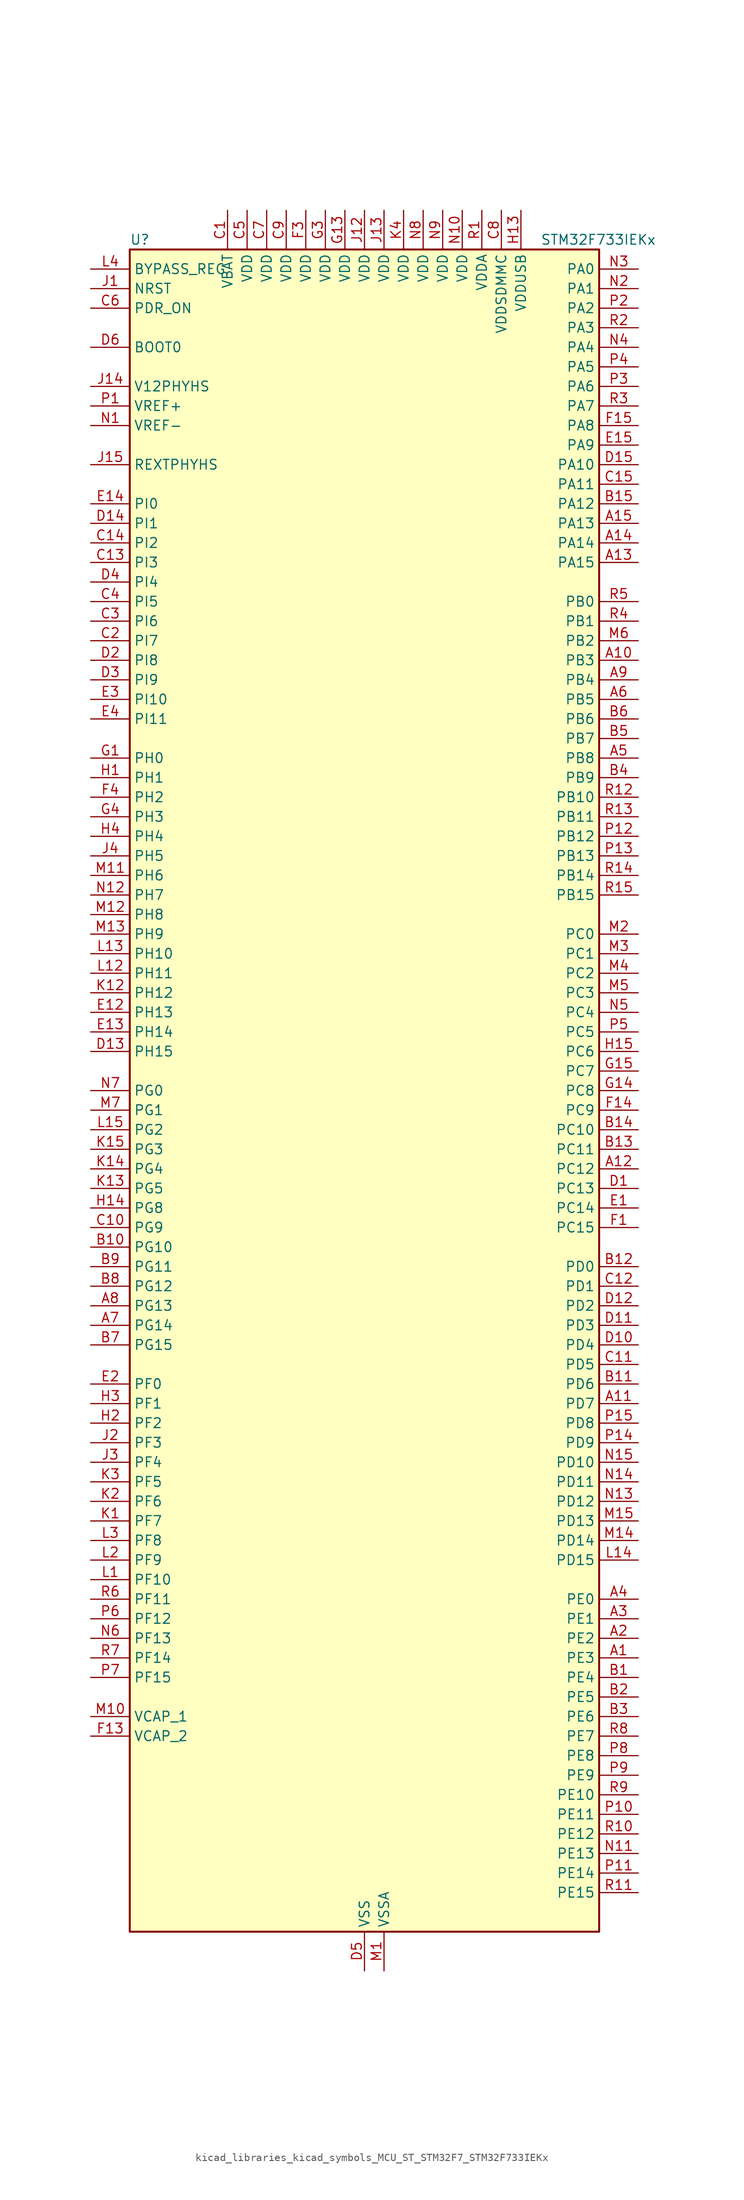
<source format=kicad_sym>
(kicad_symbol_lib
  (version 20220914)
  (generator kicad_symbol_editor)
  (symbol "kicad_libraries_kicad_symbols_MCU_ST_STM32F7_STM32F733IEKx"
    (property "Reference" "U"
      (at -30.48 110.49 0)
      (effects (font (size 1.27 1.27)) (justify left)))
    (property "Value" "STM32F733IEKx"
      (at 22.86 110.49 0)
      (effects (font (size 1.27 1.27)) (justify left)))
    (property "ki_locked" ""
      (at 0 0 0)
      (effects (font (size 1.27 1.27))))
    (symbol "kicad_libraries_kicad_symbols_MCU_ST_STM32F7_STM32F733IEKx_0_1"
      (rectangle (start -30.48 -109.22) (end 30.48 109.22) (stroke (width 0.254) (type default)) (fill (type background))))
    (symbol "kicad_libraries_kicad_symbols_MCU_ST_STM32F7_STM32F733IEKx_1_1"
      (pin bidirectional line (at 35.56 -73.66 180) (length 5.08) (name "PE3" (effects (font (size 1.27 1.27)))) (number "A1" (effects (font (size 1.27 1.27)))) (alternate "FMC_A19" bidirectional line) (alternate "SAI1_SD_B" bidirectional line) (alternate "SYS_TRACED0" bidirectional line))
      (pin bidirectional line (at 35.56 55.88 180) (length 5.08) (name "PB3" (effects (font (size 1.27 1.27)))) (number "A10" (effects (font (size 1.27 1.27)))) (alternate "I2S1_CK" bidirectional line) (alternate "I2S3_CK" bidirectional line) (alternate "SDMMC2_D2" bidirectional line) (alternate "SPI1_SCK" bidirectional line) (alternate "SPI3_SCK" bidirectional line) (alternate "SYS_JTDO-SWO" bidirectional line) (alternate "TIM2_CH2" bidirectional line))
      (pin bidirectional line (at 35.56 -40.64 180) (length 5.08) (name "PD7" (effects (font (size 1.27 1.27)))) (number "A11" (effects (font (size 1.27 1.27)))) (alternate "FMC_NE1" bidirectional line) (alternate "SDMMC2_CMD" bidirectional line) (alternate "USART2_CK" bidirectional line))
      (pin bidirectional line (at 35.56 -10.16 180) (length 5.08) (name "PC12" (effects (font (size 1.27 1.27)))) (number "A12" (effects (font (size 1.27 1.27)))) (alternate "I2S3_SD" bidirectional line) (alternate "SDMMC1_CK" bidirectional line) (alternate "SPI3_MOSI" bidirectional line) (alternate "SYS_TRACED3" bidirectional line) (alternate "UART5_TX" bidirectional line) (alternate "USART3_CK" bidirectional line))
      (pin bidirectional line (at 35.56 68.58 180) (length 5.08) (name "PA15" (effects (font (size 1.27 1.27)))) (number "A13" (effects (font (size 1.27 1.27)))) (alternate "I2S1_WS" bidirectional line) (alternate "I2S3_WS" bidirectional line) (alternate "SPI1_NSS" bidirectional line) (alternate "SPI3_NSS" bidirectional line) (alternate "SYS_JTDI" bidirectional line) (alternate "TIM2_CH1" bidirectional line) (alternate "TIM2_ETR" bidirectional line) (alternate "UART4_DE" bidirectional line) (alternate "UART4_RTS" bidirectional line))
      (pin bidirectional line (at 35.56 71.12 180) (length 5.08) (name "PA14" (effects (font (size 1.27 1.27)))) (number "A14" (effects (font (size 1.27 1.27)))) (alternate "SYS_JTCK-SWCLK" bidirectional line))
      (pin bidirectional line (at 35.56 73.66 180) (length 5.08) (name "PA13" (effects (font (size 1.27 1.27)))) (number "A15" (effects (font (size 1.27 1.27)))) (alternate "SYS_JTMS-SWDIO" bidirectional line))
      (pin bidirectional line (at 35.56 -71.12 180) (length 5.08) (name "PE2" (effects (font (size 1.27 1.27)))) (number "A2" (effects (font (size 1.27 1.27)))) (alternate "FMC_A23" bidirectional line) (alternate "QUADSPI_BK1_IO2" bidirectional line) (alternate "SAI1_MCLK_A" bidirectional line) (alternate "SPI4_SCK" bidirectional line) (alternate "SYS_TRACECLK" bidirectional line))
      (pin bidirectional line (at 35.56 -68.58 180) (length 5.08) (name "PE1" (effects (font (size 1.27 1.27)))) (number "A3" (effects (font (size 1.27 1.27)))) (alternate "FMC_NBL1" bidirectional line) (alternate "LPTIM1_IN2" bidirectional line) (alternate "UART8_TX" bidirectional line))
      (pin bidirectional line (at 35.56 -66.04 180) (length 5.08) (name "PE0" (effects (font (size 1.27 1.27)))) (number "A4" (effects (font (size 1.27 1.27)))) (alternate "FMC_NBL0" bidirectional line) (alternate "LPTIM1_ETR" bidirectional line) (alternate "SAI2_MCLK_A" bidirectional line) (alternate "TIM4_ETR" bidirectional line) (alternate "UART8_RX" bidirectional line))
      (pin bidirectional line (at 35.56 43.18 180) (length 5.08) (name "PB8" (effects (font (size 1.27 1.27)))) (number "A5" (effects (font (size 1.27 1.27)))) (alternate "CAN1_RX" bidirectional line) (alternate "I2C1_SCL" bidirectional line) (alternate "SDMMC1_D4" bidirectional line) (alternate "SDMMC2_D4" bidirectional line) (alternate "TIM10_CH1" bidirectional line) (alternate "TIM4_CH3" bidirectional line))
      (pin bidirectional line (at 35.56 50.8 180) (length 5.08) (name "PB5" (effects (font (size 1.27 1.27)))) (number "A6" (effects (font (size 1.27 1.27)))) (alternate "FMC_SDCKE1" bidirectional line) (alternate "I2C1_SMBA" bidirectional line) (alternate "I2S1_SD" bidirectional line) (alternate "I2S3_SD" bidirectional line) (alternate "SPI1_MOSI" bidirectional line) (alternate "SPI3_MOSI" bidirectional line) (alternate "TIM3_CH2" bidirectional line))
      (pin bidirectional line (at -35.56 -30.48 0) (length 5.08) (name "PG14" (effects (font (size 1.27 1.27)))) (number "A7" (effects (font (size 1.27 1.27)))) (alternate "FMC_A25" bidirectional line) (alternate "LPTIM1_ETR" bidirectional line) (alternate "QUADSPI_BK2_IO3" bidirectional line) (alternate "SYS_TRACED1" bidirectional line) (alternate "USART6_TX" bidirectional line))
      (pin bidirectional line (at -35.56 -27.94 0) (length 5.08) (name "PG13" (effects (font (size 1.27 1.27)))) (number "A8" (effects (font (size 1.27 1.27)))) (alternate "FMC_A24" bidirectional line) (alternate "LPTIM1_OUT" bidirectional line) (alternate "SYS_TRACED0" bidirectional line) (alternate "USART6_CTS" bidirectional line))
      (pin bidirectional line (at 35.56 53.34 180) (length 5.08) (name "PB4" (effects (font (size 1.27 1.27)))) (number "A9" (effects (font (size 1.27 1.27)))) (alternate "I2S2_WS" bidirectional line) (alternate "SDMMC2_D3" bidirectional line) (alternate "SPI1_MISO" bidirectional line) (alternate "SPI2_NSS" bidirectional line) (alternate "SPI3_MISO" bidirectional line) (alternate "SYS_JTRST" bidirectional line) (alternate "TIM3_CH1" bidirectional line))
      (pin bidirectional line (at 35.56 -76.2 180) (length 5.08) (name "PE4" (effects (font (size 1.27 1.27)))) (number "B1" (effects (font (size 1.27 1.27)))) (alternate "FMC_A20" bidirectional line) (alternate "SAI1_FS_A" bidirectional line) (alternate "SPI4_NSS" bidirectional line) (alternate "SYS_TRACED1" bidirectional line))
      (pin bidirectional line (at -35.56 -20.32 0) (length 5.08) (name "PG10" (effects (font (size 1.27 1.27)))) (number "B10" (effects (font (size 1.27 1.27)))) (alternate "FMC_NE3" bidirectional line) (alternate "SAI2_SD_B" bidirectional line) (alternate "SDMMC2_D1" bidirectional line))
      (pin bidirectional line (at 35.56 -38.1 180) (length 5.08) (name "PD6" (effects (font (size 1.27 1.27)))) (number "B11" (effects (font (size 1.27 1.27)))) (alternate "FMC_NWAIT" bidirectional line) (alternate "I2S3_SD" bidirectional line) (alternate "SAI1_SD_A" bidirectional line) (alternate "SDMMC2_CK" bidirectional line) (alternate "SPI3_MOSI" bidirectional line) (alternate "USART2_RX" bidirectional line))
      (pin bidirectional line (at 35.56 -22.86 180) (length 5.08) (name "PD0" (effects (font (size 1.27 1.27)))) (number "B12" (effects (font (size 1.27 1.27)))) (alternate "CAN1_RX" bidirectional line) (alternate "FMC_D2" bidirectional line) (alternate "FMC_DA2" bidirectional line))
      (pin bidirectional line (at 35.56 -7.62 180) (length 5.08) (name "PC11" (effects (font (size 1.27 1.27)))) (number "B13" (effects (font (size 1.27 1.27)))) (alternate "ADC1_EXTI11" bidirectional line) (alternate "ADC2_EXTI11" bidirectional line) (alternate "ADC3_EXTI11" bidirectional line) (alternate "QUADSPI_BK2_NCS" bidirectional line) (alternate "SDMMC1_D3" bidirectional line) (alternate "SPI3_MISO" bidirectional line) (alternate "UART4_RX" bidirectional line) (alternate "USART3_RX" bidirectional line))
      (pin bidirectional line (at 35.56 -5.08 180) (length 5.08) (name "PC10" (effects (font (size 1.27 1.27)))) (number "B14" (effects (font (size 1.27 1.27)))) (alternate "I2S3_CK" bidirectional line) (alternate "QUADSPI_BK1_IO1" bidirectional line) (alternate "SDMMC1_D2" bidirectional line) (alternate "SPI3_SCK" bidirectional line) (alternate "UART4_TX" bidirectional line) (alternate "USART3_TX" bidirectional line))
      (pin bidirectional line (at 35.56 76.2 180) (length 5.08) (name "PA12" (effects (font (size 1.27 1.27)))) (number "B15" (effects (font (size 1.27 1.27)))) (alternate "CAN1_TX" bidirectional line) (alternate "SAI2_FS_B" bidirectional line) (alternate "TIM1_ETR" bidirectional line) (alternate "USART1_DE" bidirectional line) (alternate "USART1_RTS" bidirectional line) (alternate "USB_OTG_FS_DP" bidirectional line))
      (pin bidirectional line (at 35.56 -78.74 180) (length 5.08) (name "PE5" (effects (font (size 1.27 1.27)))) (number "B2" (effects (font (size 1.27 1.27)))) (alternate "FMC_A21" bidirectional line) (alternate "SAI1_SCK_A" bidirectional line) (alternate "SPI4_MISO" bidirectional line) (alternate "SYS_TRACED2" bidirectional line) (alternate "TIM9_CH1" bidirectional line))
      (pin bidirectional line (at 35.56 -81.28 180) (length 5.08) (name "PE6" (effects (font (size 1.27 1.27)))) (number "B3" (effects (font (size 1.27 1.27)))) (alternate "FMC_A22" bidirectional line) (alternate "SAI1_SD_A" bidirectional line) (alternate "SAI2_MCLK_B" bidirectional line) (alternate "SPI4_MOSI" bidirectional line) (alternate "SYS_TRACED3" bidirectional line) (alternate "TIM1_BKIN2" bidirectional line) (alternate "TIM9_CH2" bidirectional line))
      (pin bidirectional line (at 35.56 40.64 180) (length 5.08) (name "PB9" (effects (font (size 1.27 1.27)))) (number "B4" (effects (font (size 1.27 1.27)))) (alternate "CAN1_TX" bidirectional line) (alternate "DAC_EXTI9" bidirectional line) (alternate "I2C1_SDA" bidirectional line) (alternate "I2S2_WS" bidirectional line) (alternate "SDMMC1_D5" bidirectional line) (alternate "SDMMC2_D5" bidirectional line) (alternate "SPI2_NSS" bidirectional line) (alternate "TIM11_CH1" bidirectional line) (alternate "TIM4_CH4" bidirectional line))
      (pin bidirectional line (at 35.56 45.72 180) (length 5.08) (name "PB7" (effects (font (size 1.27 1.27)))) (number "B5" (effects (font (size 1.27 1.27)))) (alternate "FMC_NL" bidirectional line) (alternate "I2C1_SDA" bidirectional line) (alternate "TIM4_CH2" bidirectional line) (alternate "USART1_RX" bidirectional line))
      (pin bidirectional line (at 35.56 48.26 180) (length 5.08) (name "PB6" (effects (font (size 1.27 1.27)))) (number "B6" (effects (font (size 1.27 1.27)))) (alternate "FMC_SDNE1" bidirectional line) (alternate "I2C1_SCL" bidirectional line) (alternate "QUADSPI_BK1_NCS" bidirectional line) (alternate "TIM4_CH1" bidirectional line) (alternate "USART1_TX" bidirectional line))
      (pin bidirectional line (at -35.56 -33.02 0) (length 5.08) (name "PG15" (effects (font (size 1.27 1.27)))) (number "B7" (effects (font (size 1.27 1.27)))) (alternate "FMC_SDNCAS" bidirectional line) (alternate "USART6_CTS" bidirectional line))
      (pin bidirectional line (at -35.56 -25.4 0) (length 5.08) (name "PG12" (effects (font (size 1.27 1.27)))) (number "B8" (effects (font (size 1.27 1.27)))) (alternate "FMC_NE4" bidirectional line) (alternate "LPTIM1_IN1" bidirectional line) (alternate "SDMMC2_D3" bidirectional line) (alternate "USART6_DE" bidirectional line) (alternate "USART6_RTS" bidirectional line))
      (pin bidirectional line (at -35.56 -22.86 0) (length 5.08) (name "PG11" (effects (font (size 1.27 1.27)))) (number "B9" (effects (font (size 1.27 1.27)))) (alternate "ADC1_EXTI11" bidirectional line) (alternate "ADC2_EXTI11" bidirectional line) (alternate "ADC3_EXTI11" bidirectional line) (alternate "FMC_INT" bidirectional line) (alternate "SDMMC2_D2" bidirectional line))
      (pin power_in line (at -17.78 114.3 270) (length 5.08) (name "VBAT" (effects (font (size 1.27 1.27)))) (number "C1" (effects (font (size 1.27 1.27)))))
      (pin bidirectional line (at -35.56 -17.78 0) (length 5.08) (name "PG9" (effects (font (size 1.27 1.27)))) (number "C10" (effects (font (size 1.27 1.27)))) (alternate "DAC_EXTI9" bidirectional line) (alternate "FMC_NCE" bidirectional line) (alternate "FMC_NE2" bidirectional line) (alternate "QUADSPI_BK2_IO2" bidirectional line) (alternate "SAI2_FS_B" bidirectional line) (alternate "SDMMC2_D0" bidirectional line) (alternate "USART6_RX" bidirectional line))
      (pin bidirectional line (at 35.56 -35.56 180) (length 5.08) (name "PD5" (effects (font (size 1.27 1.27)))) (number "C11" (effects (font (size 1.27 1.27)))) (alternate "FMC_NWE" bidirectional line) (alternate "USART2_TX" bidirectional line))
      (pin bidirectional line (at 35.56 -25.4 180) (length 5.08) (name "PD1" (effects (font (size 1.27 1.27)))) (number "C12" (effects (font (size 1.27 1.27)))) (alternate "CAN1_TX" bidirectional line) (alternate "FMC_D3" bidirectional line) (alternate "FMC_DA3" bidirectional line))
      (pin bidirectional line (at -35.56 68.58 0) (length 5.08) (name "PI3" (effects (font (size 1.27 1.27)))) (number "C13" (effects (font (size 1.27 1.27)))) (alternate "FMC_D27" bidirectional line) (alternate "I2S2_SD" bidirectional line) (alternate "SPI2_MOSI" bidirectional line) (alternate "TIM8_ETR" bidirectional line))
      (pin bidirectional line (at -35.56 71.12 0) (length 5.08) (name "PI2" (effects (font (size 1.27 1.27)))) (number "C14" (effects (font (size 1.27 1.27)))) (alternate "FMC_D26" bidirectional line) (alternate "SPI2_MISO" bidirectional line) (alternate "TIM8_CH4" bidirectional line))
      (pin bidirectional line (at 35.56 78.74 180) (length 5.08) (name "PA11" (effects (font (size 1.27 1.27)))) (number "C15" (effects (font (size 1.27 1.27)))) (alternate "ADC1_EXTI11" bidirectional line) (alternate "ADC2_EXTI11" bidirectional line) (alternate "ADC3_EXTI11" bidirectional line) (alternate "CAN1_RX" bidirectional line) (alternate "TIM1_CH4" bidirectional line) (alternate "USART1_CTS" bidirectional line) (alternate "USB_OTG_FS_DM" bidirectional line))
      (pin bidirectional line (at -35.56 58.42 0) (length 5.08) (name "PI7" (effects (font (size 1.27 1.27)))) (number "C2" (effects (font (size 1.27 1.27)))) (alternate "FMC_D29" bidirectional line) (alternate "SAI2_FS_A" bidirectional line) (alternate "TIM8_CH3" bidirectional line))
      (pin bidirectional line (at -35.56 60.96 0) (length 5.08) (name "PI6" (effects (font (size 1.27 1.27)))) (number "C3" (effects (font (size 1.27 1.27)))) (alternate "FMC_D28" bidirectional line) (alternate "SAI2_SD_A" bidirectional line) (alternate "TIM8_CH2" bidirectional line))
      (pin bidirectional line (at -35.56 63.5 0) (length 5.08) (name "PI5" (effects (font (size 1.27 1.27)))) (number "C4" (effects (font (size 1.27 1.27)))) (alternate "FMC_NBL3" bidirectional line) (alternate "SAI2_SCK_A" bidirectional line) (alternate "TIM8_CH1" bidirectional line))
      (pin power_in line (at -15.24 114.3 270) (length 5.08) (name "VDD" (effects (font (size 1.27 1.27)))) (number "C5" (effects (font (size 1.27 1.27)))))
      (pin input line (at -35.56 101.6 0) (length 5.08) (name "PDR_ON" (effects (font (size 1.27 1.27)))) (number "C6" (effects (font (size 1.27 1.27)))))
      (pin power_in line (at -12.7 114.3 270) (length 5.08) (name "VDD" (effects (font (size 1.27 1.27)))) (number "C7" (effects (font (size 1.27 1.27)))))
      (pin power_in line (at 17.78 114.3 270) (length 5.08) (name "VDDSDMMC" (effects (font (size 1.27 1.27)))) (number "C8" (effects (font (size 1.27 1.27)))))
      (pin power_in line (at -10.16 114.3 270) (length 5.08) (name "VDD" (effects (font (size 1.27 1.27)))) (number "C9" (effects (font (size 1.27 1.27)))))
      (pin bidirectional line (at 35.56 -12.7 180) (length 5.08) (name "PC13" (effects (font (size 1.27 1.27)))) (number "D1" (effects (font (size 1.27 1.27)))) (alternate "RTC_OUT" bidirectional line) (alternate "RTC_TAMP1" bidirectional line) (alternate "RTC_TS" bidirectional line) (alternate "SYS_WKUP4" bidirectional line))
      (pin bidirectional line (at 35.56 -33.02 180) (length 5.08) (name "PD4" (effects (font (size 1.27 1.27)))) (number "D10" (effects (font (size 1.27 1.27)))) (alternate "FMC_NOE" bidirectional line) (alternate "USART2_DE" bidirectional line) (alternate "USART2_RTS" bidirectional line))
      (pin bidirectional line (at 35.56 -30.48 180) (length 5.08) (name "PD3" (effects (font (size 1.27 1.27)))) (number "D11" (effects (font (size 1.27 1.27)))) (alternate "FMC_CLK" bidirectional line) (alternate "I2S2_CK" bidirectional line) (alternate "SPI2_SCK" bidirectional line) (alternate "USART2_CTS" bidirectional line))
      (pin bidirectional line (at 35.56 -27.94 180) (length 5.08) (name "PD2" (effects (font (size 1.27 1.27)))) (number "D12" (effects (font (size 1.27 1.27)))) (alternate "SDMMC1_CMD" bidirectional line) (alternate "SYS_TRACED2" bidirectional line) (alternate "TIM3_ETR" bidirectional line) (alternate "UART5_RX" bidirectional line))
      (pin bidirectional line (at -35.56 5.08 0) (length 5.08) (name "PH15" (effects (font (size 1.27 1.27)))) (number "D13" (effects (font (size 1.27 1.27)))) (alternate "FMC_D23" bidirectional line) (alternate "TIM8_CH3N" bidirectional line))
      (pin bidirectional line (at -35.56 73.66 0) (length 5.08) (name "PI1" (effects (font (size 1.27 1.27)))) (number "D14" (effects (font (size 1.27 1.27)))) (alternate "FMC_D25" bidirectional line) (alternate "I2S2_CK" bidirectional line) (alternate "SPI2_SCK" bidirectional line) (alternate "TIM8_BKIN2" bidirectional line))
      (pin bidirectional line (at 35.56 81.28 180) (length 5.08) (name "PA10" (effects (font (size 1.27 1.27)))) (number "D15" (effects (font (size 1.27 1.27)))) (alternate "TIM1_CH3" bidirectional line) (alternate "USART1_RX" bidirectional line) (alternate "USB_OTG_FS_ID" bidirectional line))
      (pin bidirectional line (at -35.56 55.88 0) (length 5.08) (name "PI8" (effects (font (size 1.27 1.27)))) (number "D2" (effects (font (size 1.27 1.27)))) (alternate "RTC_TAMP2" bidirectional line) (alternate "RTC_TS" bidirectional line) (alternate "SYS_WKUP5" bidirectional line))
      (pin bidirectional line (at -35.56 53.34 0) (length 5.08) (name "PI9" (effects (font (size 1.27 1.27)))) (number "D3" (effects (font (size 1.27 1.27)))) (alternate "CAN1_RX" bidirectional line) (alternate "DAC_EXTI9" bidirectional line) (alternate "FMC_D30" bidirectional line) (alternate "UART4_RX" bidirectional line))
      (pin bidirectional line (at -35.56 66.04 0) (length 5.08) (name "PI4" (effects (font (size 1.27 1.27)))) (number "D4" (effects (font (size 1.27 1.27)))) (alternate "FMC_NBL2" bidirectional line) (alternate "SAI2_MCLK_A" bidirectional line) (alternate "TIM8_BKIN" bidirectional line))
      (pin power_in line (at 0 -114.3 90) (length 5.08) (name "VSS" (effects (font (size 1.27 1.27)))) (number "D5" (effects (font (size 1.27 1.27)))))
      (pin input line (at -35.56 96.52 0) (length 5.08) (name "BOOT0" (effects (font (size 1.27 1.27)))) (number "D6" (effects (font (size 1.27 1.27)))))
      (pin passive line (at 0 -114.3 90) (length 5.08) hide (name "VSS" (effects (font (size 1.27 1.27)))) (number "D7" (effects (font (size 1.27 1.27)))))
      (pin passive line (at 0 -114.3 90) (length 5.08) hide (name "VSS" (effects (font (size 1.27 1.27)))) (number "D8" (effects (font (size 1.27 1.27)))))
      (pin passive line (at 0 -114.3 90) (length 5.08) hide (name "VSS" (effects (font (size 1.27 1.27)))) (number "D9" (effects (font (size 1.27 1.27)))))
      (pin bidirectional line (at 35.56 -15.24 180) (length 5.08) (name "PC14" (effects (font (size 1.27 1.27)))) (number "E1" (effects (font (size 1.27 1.27)))) (alternate "RCC_OSC32_IN" bidirectional line))
      (pin bidirectional line (at -35.56 10.16 0) (length 5.08) (name "PH13" (effects (font (size 1.27 1.27)))) (number "E12" (effects (font (size 1.27 1.27)))) (alternate "CAN1_TX" bidirectional line) (alternate "FMC_D21" bidirectional line) (alternate "TIM8_CH1N" bidirectional line) (alternate "UART4_TX" bidirectional line))
      (pin bidirectional line (at -35.56 7.62 0) (length 5.08) (name "PH14" (effects (font (size 1.27 1.27)))) (number "E13" (effects (font (size 1.27 1.27)))) (alternate "CAN1_RX" bidirectional line) (alternate "FMC_D22" bidirectional line) (alternate "TIM8_CH2N" bidirectional line) (alternate "UART4_RX" bidirectional line))
      (pin bidirectional line (at -35.56 76.2 0) (length 5.08) (name "PI0" (effects (font (size 1.27 1.27)))) (number "E14" (effects (font (size 1.27 1.27)))) (alternate "FMC_D24" bidirectional line) (alternate "I2S2_WS" bidirectional line) (alternate "SPI2_NSS" bidirectional line) (alternate "TIM5_CH4" bidirectional line))
      (pin bidirectional line (at 35.56 83.82 180) (length 5.08) (name "PA9" (effects (font (size 1.27 1.27)))) (number "E15" (effects (font (size 1.27 1.27)))) (alternate "DAC_EXTI9" bidirectional line) (alternate "I2C3_SMBA" bidirectional line) (alternate "I2S2_CK" bidirectional line) (alternate "SPI2_SCK" bidirectional line) (alternate "TIM1_CH2" bidirectional line) (alternate "USART1_TX" bidirectional line) (alternate "USB_OTG_FS_VBUS" bidirectional line))
      (pin bidirectional line (at -35.56 -38.1 0) (length 5.08) (name "PF0" (effects (font (size 1.27 1.27)))) (number "E2" (effects (font (size 1.27 1.27)))) (alternate "FMC_A0" bidirectional line) (alternate "I2C2_SDA" bidirectional line))
      (pin bidirectional line (at -35.56 50.8 0) (length 5.08) (name "PI10" (effects (font (size 1.27 1.27)))) (number "E3" (effects (font (size 1.27 1.27)))) (alternate "FMC_D31" bidirectional line))
      (pin bidirectional line (at -35.56 48.26 0) (length 5.08) (name "PI11" (effects (font (size 1.27 1.27)))) (number "E4" (effects (font (size 1.27 1.27)))) (alternate "ADC1_EXTI11" bidirectional line) (alternate "ADC2_EXTI11" bidirectional line) (alternate "ADC3_EXTI11" bidirectional line) (alternate "SYS_WKUP6" bidirectional line))
      (pin bidirectional line (at 35.56 -17.78 180) (length 5.08) (name "PC15" (effects (font (size 1.27 1.27)))) (number "F1" (effects (font (size 1.27 1.27)))) (alternate "RCC_OSC32_OUT" bidirectional line))
      (pin passive line (at 0 -114.3 90) (length 5.08) hide (name "VSS" (effects (font (size 1.27 1.27)))) (number "F10" (effects (font (size 1.27 1.27)))))
      (pin passive line (at 0 -114.3 90) (length 5.08) hide (name "VSS" (effects (font (size 1.27 1.27)))) (number "F12" (effects (font (size 1.27 1.27)))))
      (pin power_out line (at -35.56 -83.82 0) (length 5.08) (name "VCAP_2" (effects (font (size 1.27 1.27)))) (number "F13" (effects (font (size 1.27 1.27)))))
      (pin bidirectional line (at 35.56 -2.54 180) (length 5.08) (name "PC9" (effects (font (size 1.27 1.27)))) (number "F14" (effects (font (size 1.27 1.27)))) (alternate "DAC_EXTI9" bidirectional line) (alternate "I2C3_SDA" bidirectional line) (alternate "I2S_CKIN" bidirectional line) (alternate "QUADSPI_BK1_IO0" bidirectional line) (alternate "RCC_MCO_2" bidirectional line) (alternate "SDMMC1_D1" bidirectional line) (alternate "TIM3_CH4" bidirectional line) (alternate "TIM8_CH4" bidirectional line) (alternate "UART5_CTS" bidirectional line))
      (pin bidirectional line (at 35.56 86.36 180) (length 5.08) (name "PA8" (effects (font (size 1.27 1.27)))) (number "F15" (effects (font (size 1.27 1.27)))) (alternate "I2C3_SCL" bidirectional line) (alternate "RCC_MCO_1" bidirectional line) (alternate "TIM1_CH1" bidirectional line) (alternate "TIM8_BKIN2" bidirectional line) (alternate "USART1_CK" bidirectional line) (alternate "USB_OTG_FS_SOF" bidirectional line))
      (pin passive line (at 0 -114.3 90) (length 5.08) hide (name "VSS" (effects (font (size 1.27 1.27)))) (number "F2" (effects (font (size 1.27 1.27)))))
      (pin power_in line (at -7.62 114.3 270) (length 5.08) (name "VDD" (effects (font (size 1.27 1.27)))) (number "F3" (effects (font (size 1.27 1.27)))))
      (pin bidirectional line (at -35.56 38.1 0) (length 5.08) (name "PH2" (effects (font (size 1.27 1.27)))) (number "F4" (effects (font (size 1.27 1.27)))) (alternate "FMC_SDCKE0" bidirectional line) (alternate "LPTIM1_IN2" bidirectional line) (alternate "QUADSPI_BK2_IO0" bidirectional line) (alternate "SAI2_SCK_B" bidirectional line))
      (pin passive line (at 0 -114.3 90) (length 5.08) hide (name "VSS" (effects (font (size 1.27 1.27)))) (number "F6" (effects (font (size 1.27 1.27)))))
      (pin passive line (at 0 -114.3 90) (length 5.08) hide (name "VSS" (effects (font (size 1.27 1.27)))) (number "F7" (effects (font (size 1.27 1.27)))))
      (pin passive line (at 0 -114.3 90) (length 5.08) hide (name "VSS" (effects (font (size 1.27 1.27)))) (number "F8" (effects (font (size 1.27 1.27)))))
      (pin passive line (at 0 -114.3 90) (length 5.08) hide (name "VSS" (effects (font (size 1.27 1.27)))) (number "F9" (effects (font (size 1.27 1.27)))))
      (pin bidirectional line (at -35.56 43.18 0) (length 5.08) (name "PH0" (effects (font (size 1.27 1.27)))) (number "G1" (effects (font (size 1.27 1.27)))) (alternate "RCC_OSC_IN" bidirectional line))
      (pin passive line (at 0 -114.3 90) (length 5.08) hide (name "VSS" (effects (font (size 1.27 1.27)))) (number "G10" (effects (font (size 1.27 1.27)))))
      (pin passive line (at 0 -114.3 90) (length 5.08) hide (name "VSS" (effects (font (size 1.27 1.27)))) (number "G12" (effects (font (size 1.27 1.27)))))
      (pin power_in line (at -2.54 114.3 270) (length 5.08) (name "VDD" (effects (font (size 1.27 1.27)))) (number "G13" (effects (font (size 1.27 1.27)))))
      (pin bidirectional line (at 35.56 0 180) (length 5.08) (name "PC8" (effects (font (size 1.27 1.27)))) (number "G14" (effects (font (size 1.27 1.27)))) (alternate "SDMMC1_D0" bidirectional line) (alternate "SYS_TRACED1" bidirectional line) (alternate "TIM3_CH3" bidirectional line) (alternate "TIM8_CH3" bidirectional line) (alternate "UART5_DE" bidirectional line) (alternate "UART5_RTS" bidirectional line) (alternate "USART6_CK" bidirectional line))
      (pin bidirectional line (at 35.56 2.54 180) (length 5.08) (name "PC7" (effects (font (size 1.27 1.27)))) (number "G15" (effects (font (size 1.27 1.27)))) (alternate "I2S3_MCK" bidirectional line) (alternate "SDMMC1_D7" bidirectional line) (alternate "SDMMC2_D7" bidirectional line) (alternate "TIM3_CH2" bidirectional line) (alternate "TIM8_CH2" bidirectional line) (alternate "USART6_RX" bidirectional line))
      (pin passive line (at 0 -114.3 90) (length 5.08) hide (name "VSS" (effects (font (size 1.27 1.27)))) (number "G2" (effects (font (size 1.27 1.27)))))
      (pin power_in line (at -5.08 114.3 270) (length 5.08) (name "VDD" (effects (font (size 1.27 1.27)))) (number "G3" (effects (font (size 1.27 1.27)))))
      (pin bidirectional line (at -35.56 35.56 0) (length 5.08) (name "PH3" (effects (font (size 1.27 1.27)))) (number "G4" (effects (font (size 1.27 1.27)))) (alternate "FMC_SDNE0" bidirectional line) (alternate "QUADSPI_BK2_IO1" bidirectional line) (alternate "SAI2_MCLK_B" bidirectional line))
      (pin passive line (at 0 -114.3 90) (length 5.08) hide (name "VSS" (effects (font (size 1.27 1.27)))) (number "G6" (effects (font (size 1.27 1.27)))))
      (pin passive line (at 0 -114.3 90) (length 5.08) hide (name "VSS" (effects (font (size 1.27 1.27)))) (number "G7" (effects (font (size 1.27 1.27)))))
      (pin passive line (at 0 -114.3 90) (length 5.08) hide (name "VSS" (effects (font (size 1.27 1.27)))) (number "G8" (effects (font (size 1.27 1.27)))))
      (pin passive line (at 0 -114.3 90) (length 5.08) hide (name "VSS" (effects (font (size 1.27 1.27)))) (number "G9" (effects (font (size 1.27 1.27)))))
      (pin bidirectional line (at -35.56 40.64 0) (length 5.08) (name "PH1" (effects (font (size 1.27 1.27)))) (number "H1" (effects (font (size 1.27 1.27)))) (alternate "RCC_OSC_OUT" bidirectional line))
      (pin passive line (at 0 -114.3 90) (length 5.08) hide (name "VSS" (effects (font (size 1.27 1.27)))) (number "H10" (effects (font (size 1.27 1.27)))))
      (pin passive line (at 0 -114.3 90) (length 5.08) hide (name "VSS" (effects (font (size 1.27 1.27)))) (number "H12" (effects (font (size 1.27 1.27)))))
      (pin power_in line (at 20.32 114.3 270) (length 5.08) (name "VDDUSB" (effects (font (size 1.27 1.27)))) (number "H13" (effects (font (size 1.27 1.27)))))
      (pin bidirectional line (at -35.56 -15.24 0) (length 5.08) (name "PG8" (effects (font (size 1.27 1.27)))) (number "H14" (effects (font (size 1.27 1.27)))) (alternate "FMC_SDCLK" bidirectional line) (alternate "USART6_DE" bidirectional line) (alternate "USART6_RTS" bidirectional line))
      (pin bidirectional line (at 35.56 5.08 180) (length 5.08) (name "PC6" (effects (font (size 1.27 1.27)))) (number "H15" (effects (font (size 1.27 1.27)))) (alternate "I2S2_MCK" bidirectional line) (alternate "SDMMC1_D6" bidirectional line) (alternate "SDMMC2_D6" bidirectional line) (alternate "TIM3_CH1" bidirectional line) (alternate "TIM8_CH1" bidirectional line) (alternate "USART6_TX" bidirectional line))
      (pin bidirectional line (at -35.56 -43.18 0) (length 5.08) (name "PF2" (effects (font (size 1.27 1.27)))) (number "H2" (effects (font (size 1.27 1.27)))) (alternate "FMC_A2" bidirectional line) (alternate "I2C2_SMBA" bidirectional line))
      (pin bidirectional line (at -35.56 -40.64 0) (length 5.08) (name "PF1" (effects (font (size 1.27 1.27)))) (number "H3" (effects (font (size 1.27 1.27)))) (alternate "FMC_A1" bidirectional line) (alternate "I2C2_SCL" bidirectional line))
      (pin bidirectional line (at -35.56 33.02 0) (length 5.08) (name "PH4" (effects (font (size 1.27 1.27)))) (number "H4" (effects (font (size 1.27 1.27)))) (alternate "I2C2_SCL" bidirectional line))
      (pin passive line (at 0 -114.3 90) (length 5.08) hide (name "VSS" (effects (font (size 1.27 1.27)))) (number "H6" (effects (font (size 1.27 1.27)))))
      (pin passive line (at 0 -114.3 90) (length 5.08) hide (name "VSS" (effects (font (size 1.27 1.27)))) (number "H7" (effects (font (size 1.27 1.27)))))
      (pin passive line (at 0 -114.3 90) (length 5.08) hide (name "VSS" (effects (font (size 1.27 1.27)))) (number "H8" (effects (font (size 1.27 1.27)))))
      (pin passive line (at 0 -114.3 90) (length 5.08) hide (name "VSS" (effects (font (size 1.27 1.27)))) (number "H9" (effects (font (size 1.27 1.27)))))
      (pin input line (at -35.56 104.14 0) (length 5.08) (name "NRST" (effects (font (size 1.27 1.27)))) (number "J1" (effects (font (size 1.27 1.27)))))
      (pin passive line (at 0 -114.3 90) (length 5.08) hide (name "VSS" (effects (font (size 1.27 1.27)))) (number "J10" (effects (font (size 1.27 1.27)))))
      (pin power_in line (at 0 114.3 270) (length 5.08) (name "VDD" (effects (font (size 1.27 1.27)))) (number "J12" (effects (font (size 1.27 1.27)))))
      (pin power_in line (at 2.54 114.3 270) (length 5.08) (name "VDD" (effects (font (size 1.27 1.27)))) (number "J13" (effects (font (size 1.27 1.27)))))
      (pin power_in line (at -35.56 91.44 0) (length 5.08) (name "V12PHYHS" (effects (font (size 1.27 1.27)))) (number "J14" (effects (font (size 1.27 1.27)))))
      (pin bidirectional line (at -35.56 81.28 0) (length 5.08) (name "REXTPHYHS" (effects (font (size 1.27 1.27)))) (number "J15" (effects (font (size 1.27 1.27)))) (alternate "USB_OTG_HS_REXTPHYHS" bidirectional line))
      (pin bidirectional line (at -35.56 -45.72 0) (length 5.08) (name "PF3" (effects (font (size 1.27 1.27)))) (number "J2" (effects (font (size 1.27 1.27)))) (alternate "ADC3_IN9" bidirectional line) (alternate "FMC_A3" bidirectional line))
      (pin bidirectional line (at -35.56 -48.26 0) (length 5.08) (name "PF4" (effects (font (size 1.27 1.27)))) (number "J3" (effects (font (size 1.27 1.27)))) (alternate "ADC3_IN14" bidirectional line) (alternate "FMC_A4" bidirectional line))
      (pin bidirectional line (at -35.56 30.48 0) (length 5.08) (name "PH5" (effects (font (size 1.27 1.27)))) (number "J4" (effects (font (size 1.27 1.27)))) (alternate "FMC_SDNWE" bidirectional line) (alternate "I2C2_SDA" bidirectional line) (alternate "SPI5_NSS" bidirectional line))
      (pin passive line (at 0 -114.3 90) (length 5.08) hide (name "VSS" (effects (font (size 1.27 1.27)))) (number "J6" (effects (font (size 1.27 1.27)))))
      (pin passive line (at 0 -114.3 90) (length 5.08) hide (name "VSS" (effects (font (size 1.27 1.27)))) (number "J7" (effects (font (size 1.27 1.27)))))
      (pin passive line (at 0 -114.3 90) (length 5.08) hide (name "VSS" (effects (font (size 1.27 1.27)))) (number "J8" (effects (font (size 1.27 1.27)))))
      (pin passive line (at 0 -114.3 90) (length 5.08) hide (name "VSS" (effects (font (size 1.27 1.27)))) (number "J9" (effects (font (size 1.27 1.27)))))
      (pin bidirectional line (at -35.56 -55.88 0) (length 5.08) (name "PF7" (effects (font (size 1.27 1.27)))) (number "K1" (effects (font (size 1.27 1.27)))) (alternate "ADC3_IN5" bidirectional line) (alternate "QUADSPI_BK1_IO2" bidirectional line) (alternate "SAI1_MCLK_B" bidirectional line) (alternate "SPI5_SCK" bidirectional line) (alternate "TIM11_CH1" bidirectional line) (alternate "UART7_TX" bidirectional line))
      (pin passive line (at 0 -114.3 90) (length 5.08) hide (name "VSS" (effects (font (size 1.27 1.27)))) (number "K10" (effects (font (size 1.27 1.27)))))
      (pin bidirectional line (at -35.56 12.7 0) (length 5.08) (name "PH12" (effects (font (size 1.27 1.27)))) (number "K12" (effects (font (size 1.27 1.27)))) (alternate "FMC_D20" bidirectional line) (alternate "TIM5_CH3" bidirectional line))
      (pin bidirectional line (at -35.56 -12.7 0) (length 5.08) (name "PG5" (effects (font (size 1.27 1.27)))) (number "K13" (effects (font (size 1.27 1.27)))) (alternate "FMC_A15" bidirectional line) (alternate "FMC_BA1" bidirectional line))
      (pin bidirectional line (at -35.56 -10.16 0) (length 5.08) (name "PG4" (effects (font (size 1.27 1.27)))) (number "K14" (effects (font (size 1.27 1.27)))) (alternate "FMC_A14" bidirectional line) (alternate "FMC_BA0" bidirectional line))
      (pin bidirectional line (at -35.56 -7.62 0) (length 5.08) (name "PG3" (effects (font (size 1.27 1.27)))) (number "K15" (effects (font (size 1.27 1.27)))) (alternate "FMC_A13" bidirectional line))
      (pin bidirectional line (at -35.56 -53.34 0) (length 5.08) (name "PF6" (effects (font (size 1.27 1.27)))) (number "K2" (effects (font (size 1.27 1.27)))) (alternate "ADC3_IN4" bidirectional line) (alternate "QUADSPI_BK1_IO3" bidirectional line) (alternate "SAI1_SD_B" bidirectional line) (alternate "SPI5_NSS" bidirectional line) (alternate "TIM10_CH1" bidirectional line) (alternate "UART7_RX" bidirectional line))
      (pin bidirectional line (at -35.56 -50.8 0) (length 5.08) (name "PF5" (effects (font (size 1.27 1.27)))) (number "K3" (effects (font (size 1.27 1.27)))) (alternate "ADC3_IN15" bidirectional line) (alternate "FMC_A5" bidirectional line))
      (pin power_in line (at 5.08 114.3 270) (length 5.08) (name "VDD" (effects (font (size 1.27 1.27)))) (number "K4" (effects (font (size 1.27 1.27)))))
      (pin passive line (at 0 -114.3 90) (length 5.08) hide (name "VSS" (effects (font (size 1.27 1.27)))) (number "K6" (effects (font (size 1.27 1.27)))))
      (pin passive line (at 0 -114.3 90) (length 5.08) hide (name "VSS" (effects (font (size 1.27 1.27)))) (number "K7" (effects (font (size 1.27 1.27)))))
      (pin passive line (at 0 -114.3 90) (length 5.08) hide (name "VSS" (effects (font (size 1.27 1.27)))) (number "K8" (effects (font (size 1.27 1.27)))))
      (pin passive line (at 0 -114.3 90) (length 5.08) hide (name "VSS" (effects (font (size 1.27 1.27)))) (number "K9" (effects (font (size 1.27 1.27)))))
      (pin bidirectional line (at -35.56 -63.5 0) (length 5.08) (name "PF10" (effects (font (size 1.27 1.27)))) (number "L1" (effects (font (size 1.27 1.27)))) (alternate "ADC3_IN8" bidirectional line))
      (pin bidirectional line (at -35.56 15.24 0) (length 5.08) (name "PH11" (effects (font (size 1.27 1.27)))) (number "L12" (effects (font (size 1.27 1.27)))) (alternate "ADC1_EXTI11" bidirectional line) (alternate "ADC2_EXTI11" bidirectional line) (alternate "ADC3_EXTI11" bidirectional line) (alternate "FMC_D19" bidirectional line) (alternate "TIM5_CH2" bidirectional line))
      (pin bidirectional line (at -35.56 17.78 0) (length 5.08) (name "PH10" (effects (font (size 1.27 1.27)))) (number "L13" (effects (font (size 1.27 1.27)))) (alternate "FMC_D18" bidirectional line) (alternate "TIM5_CH1" bidirectional line))
      (pin bidirectional line (at 35.56 -60.96 180) (length 5.08) (name "PD15" (effects (font (size 1.27 1.27)))) (number "L14" (effects (font (size 1.27 1.27)))) (alternate "FMC_D1" bidirectional line) (alternate "FMC_DA1" bidirectional line) (alternate "TIM4_CH4" bidirectional line) (alternate "UART8_DE" bidirectional line) (alternate "UART8_RTS" bidirectional line))
      (pin bidirectional line (at -35.56 -5.08 0) (length 5.08) (name "PG2" (effects (font (size 1.27 1.27)))) (number "L15" (effects (font (size 1.27 1.27)))) (alternate "FMC_A12" bidirectional line))
      (pin bidirectional line (at -35.56 -60.96 0) (length 5.08) (name "PF9" (effects (font (size 1.27 1.27)))) (number "L2" (effects (font (size 1.27 1.27)))) (alternate "ADC3_IN7" bidirectional line) (alternate "DAC_EXTI9" bidirectional line) (alternate "QUADSPI_BK1_IO1" bidirectional line) (alternate "SAI1_FS_B" bidirectional line) (alternate "SPI5_MOSI" bidirectional line) (alternate "TIM14_CH1" bidirectional line) (alternate "UART7_CTS" bidirectional line))
      (pin bidirectional line (at -35.56 -58.42 0) (length 5.08) (name "PF8" (effects (font (size 1.27 1.27)))) (number "L3" (effects (font (size 1.27 1.27)))) (alternate "ADC3_IN6" bidirectional line) (alternate "QUADSPI_BK1_IO0" bidirectional line) (alternate "SAI1_SCK_B" bidirectional line) (alternate "SPI5_MISO" bidirectional line) (alternate "TIM13_CH1" bidirectional line) (alternate "UART7_DE" bidirectional line) (alternate "UART7_RTS" bidirectional line))
      (pin input line (at -35.56 106.68 0) (length 5.08) (name "BYPASS_REG" (effects (font (size 1.27 1.27)))) (number "L4" (effects (font (size 1.27 1.27)))))
      (pin power_in line (at 2.54 -114.3 90) (length 5.08) (name "VSSA" (effects (font (size 1.27 1.27)))) (number "M1" (effects (font (size 1.27 1.27)))))
      (pin power_out line (at -35.56 -81.28 0) (length 5.08) (name "VCAP_1" (effects (font (size 1.27 1.27)))) (number "M10" (effects (font (size 1.27 1.27)))))
      (pin bidirectional line (at -35.56 27.94 0) (length 5.08) (name "PH6" (effects (font (size 1.27 1.27)))) (number "M11" (effects (font (size 1.27 1.27)))) (alternate "FMC_SDNE1" bidirectional line) (alternate "I2C2_SMBA" bidirectional line) (alternate "SPI5_SCK" bidirectional line) (alternate "TIM12_CH1" bidirectional line))
      (pin bidirectional line (at -35.56 22.86 0) (length 5.08) (name "PH8" (effects (font (size 1.27 1.27)))) (number "M12" (effects (font (size 1.27 1.27)))) (alternate "FMC_D16" bidirectional line) (alternate "I2C3_SDA" bidirectional line))
      (pin bidirectional line (at -35.56 20.32 0) (length 5.08) (name "PH9" (effects (font (size 1.27 1.27)))) (number "M13" (effects (font (size 1.27 1.27)))) (alternate "DAC_EXTI9" bidirectional line) (alternate "FMC_D17" bidirectional line) (alternate "I2C3_SMBA" bidirectional line) (alternate "TIM12_CH2" bidirectional line))
      (pin bidirectional line (at 35.56 -58.42 180) (length 5.08) (name "PD14" (effects (font (size 1.27 1.27)))) (number "M14" (effects (font (size 1.27 1.27)))) (alternate "FMC_D0" bidirectional line) (alternate "FMC_DA0" bidirectional line) (alternate "TIM4_CH3" bidirectional line) (alternate "UART8_CTS" bidirectional line))
      (pin bidirectional line (at 35.56 -55.88 180) (length 5.08) (name "PD13" (effects (font (size 1.27 1.27)))) (number "M15" (effects (font (size 1.27 1.27)))) (alternate "FMC_A18" bidirectional line) (alternate "LPTIM1_OUT" bidirectional line) (alternate "QUADSPI_BK1_IO3" bidirectional line) (alternate "SAI2_SCK_A" bidirectional line) (alternate "TIM4_CH2" bidirectional line))
      (pin bidirectional line (at 35.56 20.32 180) (length 5.08) (name "PC0" (effects (font (size 1.27 1.27)))) (number "M2" (effects (font (size 1.27 1.27)))) (alternate "ADC1_IN10" bidirectional line) (alternate "ADC2_IN10" bidirectional line) (alternate "ADC3_IN10" bidirectional line) (alternate "FMC_SDNWE" bidirectional line) (alternate "SAI2_FS_B" bidirectional line))
      (pin bidirectional line (at 35.56 17.78 180) (length 5.08) (name "PC1" (effects (font (size 1.27 1.27)))) (number "M3" (effects (font (size 1.27 1.27)))) (alternate "ADC1_IN11" bidirectional line) (alternate "ADC2_IN11" bidirectional line) (alternate "ADC3_IN11" bidirectional line) (alternate "I2S2_SD" bidirectional line) (alternate "RTC_TAMP3" bidirectional line) (alternate "RTC_TS" bidirectional line) (alternate "SAI1_SD_A" bidirectional line) (alternate "SPI2_MOSI" bidirectional line) (alternate "SYS_TRACED0" bidirectional line) (alternate "SYS_WKUP3" bidirectional line))
      (pin bidirectional line (at 35.56 15.24 180) (length 5.08) (name "PC2" (effects (font (size 1.27 1.27)))) (number "M4" (effects (font (size 1.27 1.27)))) (alternate "ADC1_IN12" bidirectional line) (alternate "ADC2_IN12" bidirectional line) (alternate "ADC3_IN12" bidirectional line) (alternate "FMC_SDNE0" bidirectional line) (alternate "SPI2_MISO" bidirectional line))
      (pin bidirectional line (at 35.56 12.7 180) (length 5.08) (name "PC3" (effects (font (size 1.27 1.27)))) (number "M5" (effects (font (size 1.27 1.27)))) (alternate "ADC1_IN13" bidirectional line) (alternate "ADC2_IN13" bidirectional line) (alternate "ADC3_IN13" bidirectional line) (alternate "FMC_SDCKE0" bidirectional line) (alternate "I2S2_SD" bidirectional line) (alternate "SPI2_MOSI" bidirectional line))
      (pin bidirectional line (at 35.56 58.42 180) (length 5.08) (name "PB2" (effects (font (size 1.27 1.27)))) (number "M6" (effects (font (size 1.27 1.27)))) (alternate "I2S3_SD" bidirectional line) (alternate "QUADSPI_CLK" bidirectional line) (alternate "SAI1_SD_A" bidirectional line) (alternate "SPI3_MOSI" bidirectional line))
      (pin bidirectional line (at -35.56 -2.54 0) (length 5.08) (name "PG1" (effects (font (size 1.27 1.27)))) (number "M7" (effects (font (size 1.27 1.27)))) (alternate "FMC_A11" bidirectional line))
      (pin passive line (at 0 -114.3 90) (length 5.08) hide (name "VSS" (effects (font (size 1.27 1.27)))) (number "M8" (effects (font (size 1.27 1.27)))))
      (pin passive line (at 0 -114.3 90) (length 5.08) hide (name "VSS" (effects (font (size 1.27 1.27)))) (number "M9" (effects (font (size 1.27 1.27)))))
      (pin input line (at -35.56 86.36 0) (length 5.08) (name "VREF-" (effects (font (size 1.27 1.27)))) (number "N1" (effects (font (size 1.27 1.27)))))
      (pin power_in line (at 12.7 114.3 270) (length 5.08) (name "VDD" (effects (font (size 1.27 1.27)))) (number "N10" (effects (font (size 1.27 1.27)))))
      (pin bidirectional line (at 35.56 -99.06 180) (length 5.08) (name "PE13" (effects (font (size 1.27 1.27)))) (number "N11" (effects (font (size 1.27 1.27)))) (alternate "FMC_D10" bidirectional line) (alternate "FMC_DA10" bidirectional line) (alternate "SAI2_FS_B" bidirectional line) (alternate "SPI4_MISO" bidirectional line) (alternate "TIM1_CH3" bidirectional line))
      (pin bidirectional line (at -35.56 25.4 0) (length 5.08) (name "PH7" (effects (font (size 1.27 1.27)))) (number "N12" (effects (font (size 1.27 1.27)))) (alternate "FMC_SDCKE1" bidirectional line) (alternate "I2C3_SCL" bidirectional line) (alternate "SPI5_MISO" bidirectional line))
      (pin bidirectional line (at 35.56 -53.34 180) (length 5.08) (name "PD12" (effects (font (size 1.27 1.27)))) (number "N13" (effects (font (size 1.27 1.27)))) (alternate "FMC_A17" bidirectional line) (alternate "FMC_ALE" bidirectional line) (alternate "LPTIM1_IN1" bidirectional line) (alternate "QUADSPI_BK1_IO1" bidirectional line) (alternate "SAI2_FS_A" bidirectional line) (alternate "TIM4_CH1" bidirectional line) (alternate "USART3_DE" bidirectional line) (alternate "USART3_RTS" bidirectional line))
      (pin bidirectional line (at 35.56 -50.8 180) (length 5.08) (name "PD11" (effects (font (size 1.27 1.27)))) (number "N14" (effects (font (size 1.27 1.27)))) (alternate "ADC1_EXTI11" bidirectional line) (alternate "ADC2_EXTI11" bidirectional line) (alternate "ADC3_EXTI11" bidirectional line) (alternate "FMC_A16" bidirectional line) (alternate "FMC_CLE" bidirectional line) (alternate "QUADSPI_BK1_IO0" bidirectional line) (alternate "SAI2_SD_A" bidirectional line) (alternate "USART3_CTS" bidirectional line))
      (pin bidirectional line (at 35.56 -48.26 180) (length 5.08) (name "PD10" (effects (font (size 1.27 1.27)))) (number "N15" (effects (font (size 1.27 1.27)))) (alternate "FMC_D15" bidirectional line) (alternate "FMC_DA15" bidirectional line) (alternate "USART3_CK" bidirectional line))
      (pin bidirectional line (at 35.56 104.14 180) (length 5.08) (name "PA1" (effects (font (size 1.27 1.27)))) (number "N2" (effects (font (size 1.27 1.27)))) (alternate "ADC1_IN1" bidirectional line) (alternate "ADC2_IN1" bidirectional line) (alternate "ADC3_IN1" bidirectional line) (alternate "QUADSPI_BK1_IO3" bidirectional line) (alternate "SAI2_MCLK_B" bidirectional line) (alternate "TIM2_CH2" bidirectional line) (alternate "TIM5_CH2" bidirectional line) (alternate "UART4_RX" bidirectional line) (alternate "USART2_DE" bidirectional line) (alternate "USART2_RTS" bidirectional line))
      (pin bidirectional line (at 35.56 106.68 180) (length 5.08) (name "PA0" (effects (font (size 1.27 1.27)))) (number "N3" (effects (font (size 1.27 1.27)))) (alternate "ADC1_IN0" bidirectional line) (alternate "ADC2_IN0" bidirectional line) (alternate "ADC3_IN0" bidirectional line) (alternate "SAI2_SD_B" bidirectional line) (alternate "SYS_WKUP1" bidirectional line) (alternate "TIM2_CH1" bidirectional line) (alternate "TIM2_ETR" bidirectional line) (alternate "TIM5_CH1" bidirectional line) (alternate "TIM8_ETR" bidirectional line) (alternate "UART4_TX" bidirectional line) (alternate "USART2_CTS" bidirectional line))
      (pin bidirectional line (at 35.56 96.52 180) (length 5.08) (name "PA4" (effects (font (size 1.27 1.27)))) (number "N4" (effects (font (size 1.27 1.27)))) (alternate "ADC1_IN4" bidirectional line) (alternate "ADC2_IN4" bidirectional line) (alternate "DAC_OUT1" bidirectional line) (alternate "I2S1_WS" bidirectional line) (alternate "I2S3_WS" bidirectional line) (alternate "SPI1_NSS" bidirectional line) (alternate "SPI3_NSS" bidirectional line) (alternate "USART2_CK" bidirectional line) (alternate "USB_OTG_HS_SOF" bidirectional line))
      (pin bidirectional line (at 35.56 10.16 180) (length 5.08) (name "PC4" (effects (font (size 1.27 1.27)))) (number "N5" (effects (font (size 1.27 1.27)))) (alternate "ADC1_IN14" bidirectional line) (alternate "ADC2_IN14" bidirectional line) (alternate "FMC_SDNE0" bidirectional line) (alternate "I2S1_MCK" bidirectional line))
      (pin bidirectional line (at -35.56 -71.12 0) (length 5.08) (name "PF13" (effects (font (size 1.27 1.27)))) (number "N6" (effects (font (size 1.27 1.27)))) (alternate "FMC_A7" bidirectional line))
      (pin bidirectional line (at -35.56 0 0) (length 5.08) (name "PG0" (effects (font (size 1.27 1.27)))) (number "N7" (effects (font (size 1.27 1.27)))) (alternate "FMC_A10" bidirectional line))
      (pin power_in line (at 7.62 114.3 270) (length 5.08) (name "VDD" (effects (font (size 1.27 1.27)))) (number "N8" (effects (font (size 1.27 1.27)))))
      (pin power_in line (at 10.16 114.3 270) (length 5.08) (name "VDD" (effects (font (size 1.27 1.27)))) (number "N9" (effects (font (size 1.27 1.27)))))
      (pin input line (at -35.56 88.9 0) (length 5.08) (name "VREF+" (effects (font (size 1.27 1.27)))) (number "P1" (effects (font (size 1.27 1.27)))))
      (pin bidirectional line (at 35.56 -93.98 180) (length 5.08) (name "PE11" (effects (font (size 1.27 1.27)))) (number "P10" (effects (font (size 1.27 1.27)))) (alternate "ADC1_EXTI11" bidirectional line) (alternate "ADC2_EXTI11" bidirectional line) (alternate "ADC3_EXTI11" bidirectional line) (alternate "FMC_D8" bidirectional line) (alternate "FMC_DA8" bidirectional line) (alternate "SAI2_SD_B" bidirectional line) (alternate "SPI4_NSS" bidirectional line) (alternate "TIM1_CH2" bidirectional line))
      (pin bidirectional line (at 35.56 -101.6 180) (length 5.08) (name "PE14" (effects (font (size 1.27 1.27)))) (number "P11" (effects (font (size 1.27 1.27)))) (alternate "FMC_D11" bidirectional line) (alternate "FMC_DA11" bidirectional line) (alternate "SAI2_MCLK_B" bidirectional line) (alternate "SPI4_MOSI" bidirectional line) (alternate "TIM1_CH4" bidirectional line))
      (pin bidirectional line (at 35.56 33.02 180) (length 5.08) (name "PB12" (effects (font (size 1.27 1.27)))) (number "P12" (effects (font (size 1.27 1.27)))) (alternate "I2C2_SMBA" bidirectional line) (alternate "I2S2_WS" bidirectional line) (alternate "SPI2_NSS" bidirectional line) (alternate "TIM1_BKIN" bidirectional line) (alternate "USART3_CK" bidirectional line) (alternate "USB_OTG_HS_ID" bidirectional line))
      (pin bidirectional line (at 35.56 30.48 180) (length 5.08) (name "PB13" (effects (font (size 1.27 1.27)))) (number "P13" (effects (font (size 1.27 1.27)))) (alternate "I2S2_CK" bidirectional line) (alternate "SPI2_SCK" bidirectional line) (alternate "TIM1_CH1N" bidirectional line) (alternate "USART3_CTS" bidirectional line) (alternate "USB_OTG_HS_VBUS" bidirectional line))
      (pin bidirectional line (at 35.56 -45.72 180) (length 5.08) (name "PD9" (effects (font (size 1.27 1.27)))) (number "P14" (effects (font (size 1.27 1.27)))) (alternate "DAC_EXTI9" bidirectional line) (alternate "FMC_D14" bidirectional line) (alternate "FMC_DA14" bidirectional line) (alternate "USART3_RX" bidirectional line))
      (pin bidirectional line (at 35.56 -43.18 180) (length 5.08) (name "PD8" (effects (font (size 1.27 1.27)))) (number "P15" (effects (font (size 1.27 1.27)))) (alternate "FMC_D13" bidirectional line) (alternate "FMC_DA13" bidirectional line) (alternate "USART3_TX" bidirectional line))
      (pin bidirectional line (at 35.56 101.6 180) (length 5.08) (name "PA2" (effects (font (size 1.27 1.27)))) (number "P2" (effects (font (size 1.27 1.27)))) (alternate "ADC1_IN2" bidirectional line) (alternate "ADC2_IN2" bidirectional line) (alternate "ADC3_IN2" bidirectional line) (alternate "SAI2_SCK_B" bidirectional line) (alternate "SYS_WKUP2" bidirectional line) (alternate "TIM2_CH3" bidirectional line) (alternate "TIM5_CH3" bidirectional line) (alternate "TIM9_CH1" bidirectional line) (alternate "USART2_TX" bidirectional line))
      (pin bidirectional line (at 35.56 91.44 180) (length 5.08) (name "PA6" (effects (font (size 1.27 1.27)))) (number "P3" (effects (font (size 1.27 1.27)))) (alternate "ADC1_IN6" bidirectional line) (alternate "ADC2_IN6" bidirectional line) (alternate "SPI1_MISO" bidirectional line) (alternate "TIM13_CH1" bidirectional line) (alternate "TIM1_BKIN" bidirectional line) (alternate "TIM3_CH1" bidirectional line) (alternate "TIM8_BKIN" bidirectional line))
      (pin bidirectional line (at 35.56 93.98 180) (length 5.08) (name "PA5" (effects (font (size 1.27 1.27)))) (number "P4" (effects (font (size 1.27 1.27)))) (alternate "ADC1_IN5" bidirectional line) (alternate "ADC2_IN5" bidirectional line) (alternate "DAC_OUT2" bidirectional line) (alternate "I2S1_CK" bidirectional line) (alternate "SPI1_SCK" bidirectional line) (alternate "TIM2_CH1" bidirectional line) (alternate "TIM2_ETR" bidirectional line) (alternate "TIM8_CH1N" bidirectional line))
      (pin bidirectional line (at 35.56 7.62 180) (length 5.08) (name "PC5" (effects (font (size 1.27 1.27)))) (number "P5" (effects (font (size 1.27 1.27)))) (alternate "ADC1_IN15" bidirectional line) (alternate "ADC2_IN15" bidirectional line) (alternate "FMC_SDCKE0" bidirectional line))
      (pin bidirectional line (at -35.56 -68.58 0) (length 5.08) (name "PF12" (effects (font (size 1.27 1.27)))) (number "P6" (effects (font (size 1.27 1.27)))) (alternate "FMC_A6" bidirectional line))
      (pin bidirectional line (at -35.56 -76.2 0) (length 5.08) (name "PF15" (effects (font (size 1.27 1.27)))) (number "P7" (effects (font (size 1.27 1.27)))) (alternate "FMC_A9" bidirectional line))
      (pin bidirectional line (at 35.56 -86.36 180) (length 5.08) (name "PE8" (effects (font (size 1.27 1.27)))) (number "P8" (effects (font (size 1.27 1.27)))) (alternate "FMC_D5" bidirectional line) (alternate "FMC_DA5" bidirectional line) (alternate "QUADSPI_BK2_IO1" bidirectional line) (alternate "TIM1_CH1N" bidirectional line) (alternate "UART7_TX" bidirectional line))
      (pin bidirectional line (at 35.56 -88.9 180) (length 5.08) (name "PE9" (effects (font (size 1.27 1.27)))) (number "P9" (effects (font (size 1.27 1.27)))) (alternate "DAC_EXTI9" bidirectional line) (alternate "FMC_D6" bidirectional line) (alternate "FMC_DA6" bidirectional line) (alternate "QUADSPI_BK2_IO2" bidirectional line) (alternate "TIM1_CH1" bidirectional line) (alternate "UART7_DE" bidirectional line) (alternate "UART7_RTS" bidirectional line))
      (pin power_in line (at 15.24 114.3 270) (length 5.08) (name "VDDA" (effects (font (size 1.27 1.27)))) (number "R1" (effects (font (size 1.27 1.27)))))
      (pin bidirectional line (at 35.56 -96.52 180) (length 5.08) (name "PE12" (effects (font (size 1.27 1.27)))) (number "R10" (effects (font (size 1.27 1.27)))) (alternate "FMC_D9" bidirectional line) (alternate "FMC_DA9" bidirectional line) (alternate "SAI2_SCK_B" bidirectional line) (alternate "SPI4_SCK" bidirectional line) (alternate "TIM1_CH3N" bidirectional line))
      (pin bidirectional line (at 35.56 -104.14 180) (length 5.08) (name "PE15" (effects (font (size 1.27 1.27)))) (number "R11" (effects (font (size 1.27 1.27)))) (alternate "FMC_D12" bidirectional line) (alternate "FMC_DA12" bidirectional line) (alternate "TIM1_BKIN" bidirectional line))
      (pin bidirectional line (at 35.56 38.1 180) (length 5.08) (name "PB10" (effects (font (size 1.27 1.27)))) (number "R12" (effects (font (size 1.27 1.27)))) (alternate "I2C2_SCL" bidirectional line) (alternate "I2S2_CK" bidirectional line) (alternate "SPI2_SCK" bidirectional line) (alternate "TIM2_CH3" bidirectional line) (alternate "USART3_TX" bidirectional line))
      (pin bidirectional line (at 35.56 35.56 180) (length 5.08) (name "PB11" (effects (font (size 1.27 1.27)))) (number "R13" (effects (font (size 1.27 1.27)))) (alternate "ADC1_EXTI11" bidirectional line) (alternate "ADC2_EXTI11" bidirectional line) (alternate "ADC3_EXTI11" bidirectional line) (alternate "I2C2_SDA" bidirectional line) (alternate "TIM2_CH4" bidirectional line) (alternate "USART3_RX" bidirectional line))
      (pin bidirectional line (at 35.56 27.94 180) (length 5.08) (name "PB14" (effects (font (size 1.27 1.27)))) (number "R14" (effects (font (size 1.27 1.27)))) (alternate "USB_OTG_HS_DM" bidirectional line))
      (pin bidirectional line (at 35.56 25.4 180) (length 5.08) (name "PB15" (effects (font (size 1.27 1.27)))) (number "R15" (effects (font (size 1.27 1.27)))) (alternate "USB_OTG_HS_DP" bidirectional line))
      (pin bidirectional line (at 35.56 99.06 180) (length 5.08) (name "PA3" (effects (font (size 1.27 1.27)))) (number "R2" (effects (font (size 1.27 1.27)))) (alternate "ADC1_IN3" bidirectional line) (alternate "ADC2_IN3" bidirectional line) (alternate "ADC3_IN3" bidirectional line) (alternate "TIM2_CH4" bidirectional line) (alternate "TIM5_CH4" bidirectional line) (alternate "TIM9_CH2" bidirectional line) (alternate "USART2_RX" bidirectional line))
      (pin bidirectional line (at 35.56 88.9 180) (length 5.08) (name "PA7" (effects (font (size 1.27 1.27)))) (number "R3" (effects (font (size 1.27 1.27)))) (alternate "ADC1_IN7" bidirectional line) (alternate "ADC2_IN7" bidirectional line) (alternate "FMC_SDNWE" bidirectional line) (alternate "I2S1_SD" bidirectional line) (alternate "SPI1_MOSI" bidirectional line) (alternate "TIM14_CH1" bidirectional line) (alternate "TIM1_CH1N" bidirectional line) (alternate "TIM3_CH2" bidirectional line) (alternate "TIM8_CH1N" bidirectional line))
      (pin bidirectional line (at 35.56 60.96 180) (length 5.08) (name "PB1" (effects (font (size 1.27 1.27)))) (number "R4" (effects (font (size 1.27 1.27)))) (alternate "ADC1_IN9" bidirectional line) (alternate "ADC2_IN9" bidirectional line) (alternate "TIM1_CH3N" bidirectional line) (alternate "TIM3_CH4" bidirectional line) (alternate "TIM8_CH3N" bidirectional line))
      (pin bidirectional line (at 35.56 63.5 180) (length 5.08) (name "PB0" (effects (font (size 1.27 1.27)))) (number "R5" (effects (font (size 1.27 1.27)))) (alternate "ADC1_IN8" bidirectional line) (alternate "ADC2_IN8" bidirectional line) (alternate "TIM1_CH2N" bidirectional line) (alternate "TIM3_CH3" bidirectional line) (alternate "TIM8_CH2N" bidirectional line) (alternate "UART4_CTS" bidirectional line))
      (pin bidirectional line (at -35.56 -66.04 0) (length 5.08) (name "PF11" (effects (font (size 1.27 1.27)))) (number "R6" (effects (font (size 1.27 1.27)))) (alternate "ADC1_EXTI11" bidirectional line) (alternate "ADC2_EXTI11" bidirectional line) (alternate "ADC3_EXTI11" bidirectional line) (alternate "FMC_SDNRAS" bidirectional line) (alternate "SAI2_SD_B" bidirectional line) (alternate "SPI5_MOSI" bidirectional line))
      (pin bidirectional line (at -35.56 -73.66 0) (length 5.08) (name "PF14" (effects (font (size 1.27 1.27)))) (number "R7" (effects (font (size 1.27 1.27)))) (alternate "FMC_A8" bidirectional line))
      (pin bidirectional line (at 35.56 -83.82 180) (length 5.08) (name "PE7" (effects (font (size 1.27 1.27)))) (number "R8" (effects (font (size 1.27 1.27)))) (alternate "FMC_D4" bidirectional line) (alternate "FMC_DA4" bidirectional line) (alternate "QUADSPI_BK2_IO0" bidirectional line) (alternate "TIM1_ETR" bidirectional line) (alternate "UART7_RX" bidirectional line))
      (pin bidirectional line (at 35.56 -91.44 180) (length 5.08) (name "PE10" (effects (font (size 1.27 1.27)))) (number "R9" (effects (font (size 1.27 1.27)))) (alternate "FMC_D7" bidirectional line) (alternate "FMC_DA7" bidirectional line) (alternate "QUADSPI_BK2_IO3" bidirectional line) (alternate "TIM1_CH2N" bidirectional line) (alternate "UART7_CTS" bidirectional line)))))
</source>
